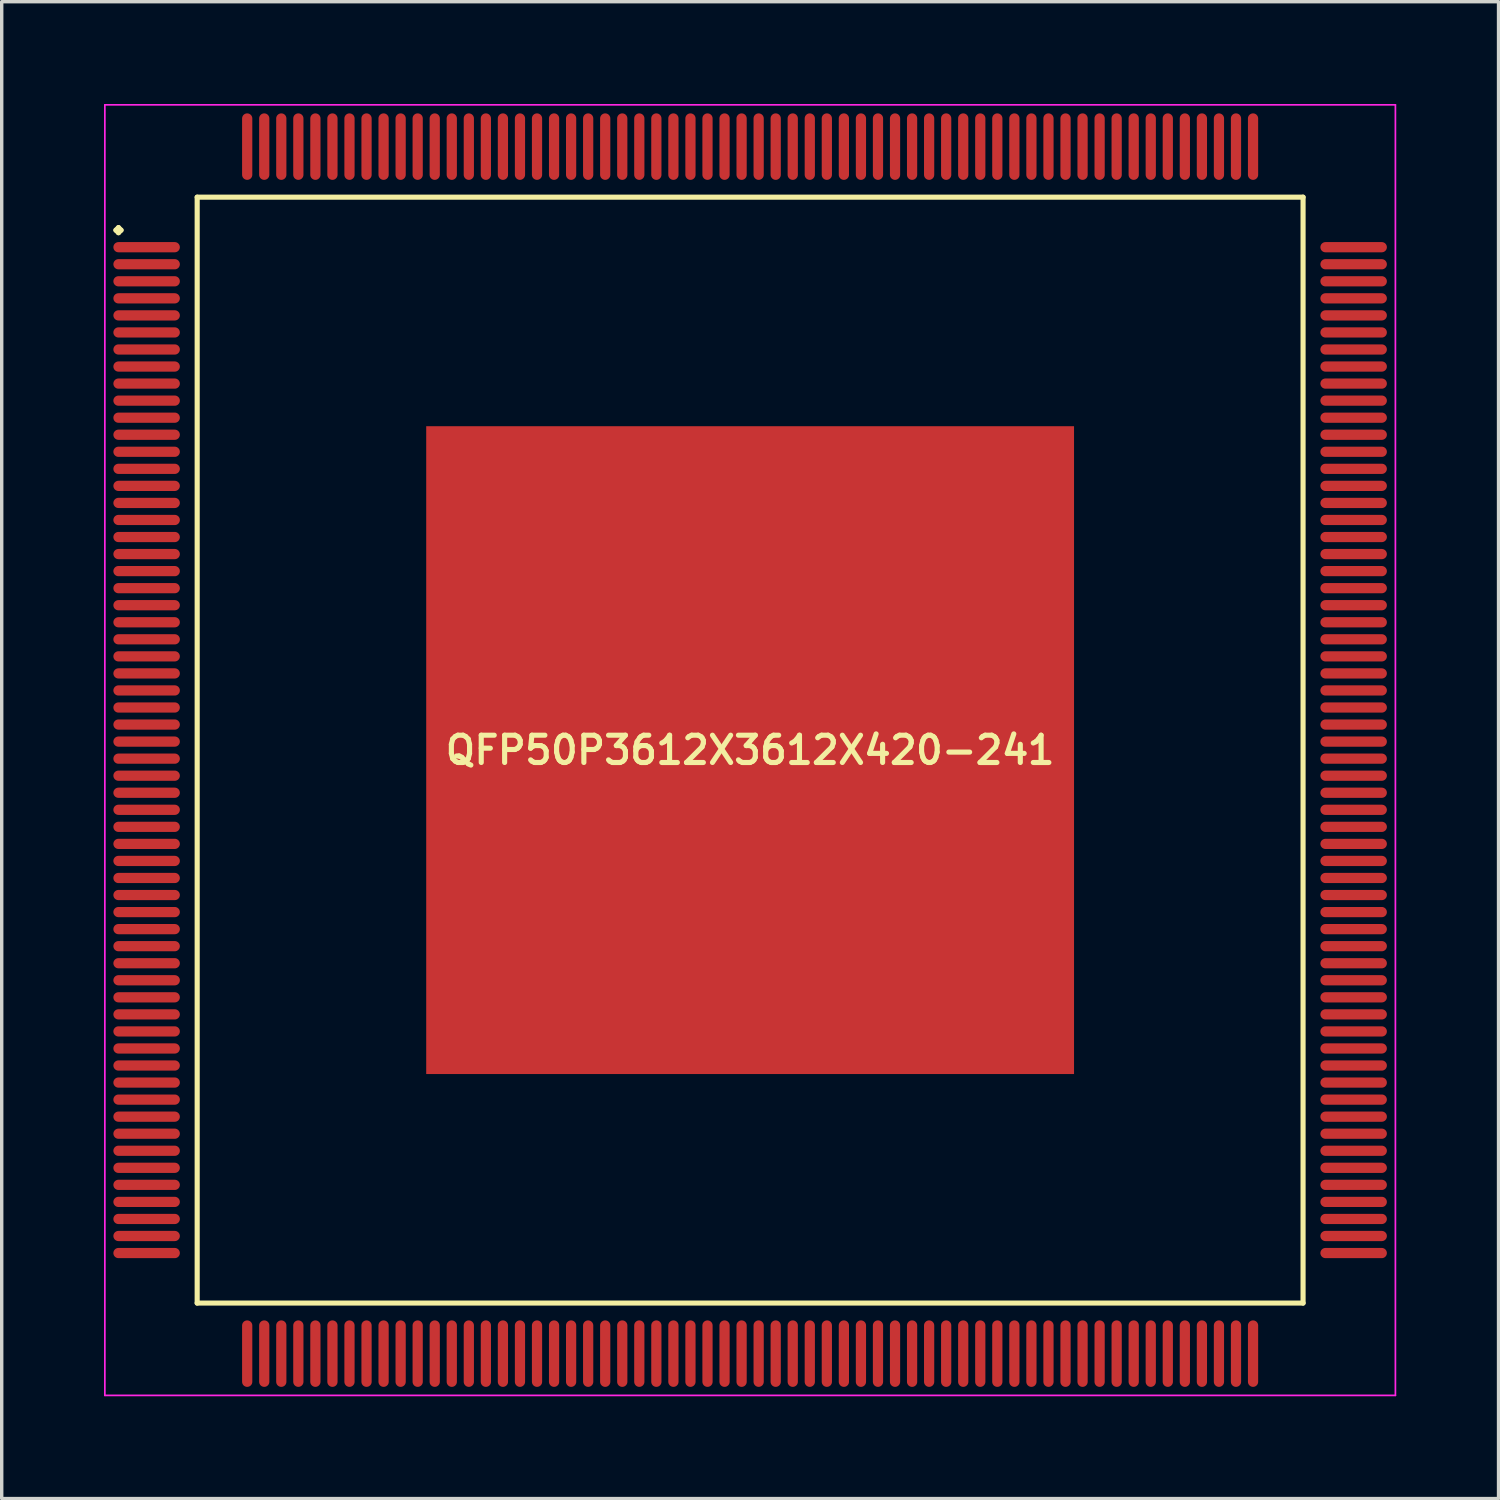
<source format=kicad_pcb>
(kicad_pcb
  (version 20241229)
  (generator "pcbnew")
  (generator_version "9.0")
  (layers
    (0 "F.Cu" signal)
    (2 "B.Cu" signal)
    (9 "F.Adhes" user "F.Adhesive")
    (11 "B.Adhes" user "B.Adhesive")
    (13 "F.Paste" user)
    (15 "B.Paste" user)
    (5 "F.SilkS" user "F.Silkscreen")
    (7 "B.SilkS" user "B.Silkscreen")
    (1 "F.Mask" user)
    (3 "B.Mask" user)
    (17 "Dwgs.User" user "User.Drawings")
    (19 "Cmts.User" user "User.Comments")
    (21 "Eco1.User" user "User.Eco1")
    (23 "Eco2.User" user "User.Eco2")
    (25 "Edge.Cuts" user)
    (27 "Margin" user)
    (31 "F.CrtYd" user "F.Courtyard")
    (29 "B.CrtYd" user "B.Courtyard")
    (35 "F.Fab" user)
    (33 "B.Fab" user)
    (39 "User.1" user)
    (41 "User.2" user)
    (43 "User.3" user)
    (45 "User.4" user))
  (footprint "QFP50P3612X3612X420-241"
    (layer "F.Cu")
    (at 18.95 18.95)
    (property "Reference" "QFP50P3612X3612X420-241" (at 0 0 0) (layer "F.SilkS") (effects (font (size 0.8 0.8) (thickness 0.15))))
    (attr smd)
    (fp_line (start -18.6 -15.25) (end -18.525 -15.325) (stroke (width 0.15) (type solid)) (layer "F.SilkS"))
    (fp_line (start -18.525 -15.325) (end -18.45 -15.25) (stroke (width 0.15) (type solid)) (layer "F.SilkS"))
    (fp_line (start -18.525 -15.175) (end -18.6 -15.25) (stroke (width 0.15) (type solid)) (layer "F.SilkS"))
    (fp_line (start -18.45 -15.25) (end -18.525 -15.175) (stroke (width 0.15) (type solid)) (layer "F.SilkS"))
    (fp_line (start -16.217 -16.217) (end -16.217 16.217) (stroke (width 0.15) (type solid)) (layer "F.SilkS"))
    (fp_line (start -16.217 16.217) (end 16.217 16.217) (stroke (width 0.15) (type solid)) (layer "F.SilkS"))
    (fp_line (start 16.217 -16.217) (end -16.217 -16.217) (stroke (width 0.15) (type solid)) (layer "F.SilkS"))
    (fp_line (start 16.217 16.217) (end 16.217 -16.217) (stroke (width 0.15) (type solid)) (layer "F.SilkS"))
    (fp_line (start -18.925 -18.925) (end 18.925 -18.925) (stroke (width 0.05) (type solid)) (layer "F.CrtYd"))
    (fp_line (start -18.925 18.925) (end -18.925 -18.925) (stroke (width 0.05) (type solid)) (layer "F.CrtYd"))
    (fp_line (start 18.925 -18.925) (end 18.925 18.925) (stroke (width 0.05) (type solid)) (layer "F.CrtYd"))
    (fp_line (start 18.925 18.925) (end -18.925 18.925) (stroke (width 0.05) (type solid)) (layer "F.CrtYd"))
    (pad "1" smd oval (at -17.7 -14.75) (size 1.95 0.3) (layers "F.Cu" "F.Mask" "F.Paste"))
    (pad "2" smd oval (at -17.7 -14.25) (size 1.95 0.3) (layers "F.Cu" "F.Mask" "F.Paste"))
    (pad "3" smd oval (at -17.7 -13.75) (size 1.95 0.3) (layers "F.Cu" "F.Mask" "F.Paste"))
    (pad "4" smd oval (at -17.7 -13.25) (size 1.95 0.3) (layers "F.Cu" "F.Mask" "F.Paste"))
    (pad "5" smd oval (at -17.7 -12.75) (size 1.95 0.3) (layers "F.Cu" "F.Mask" "F.Paste"))
    (pad "6" smd oval (at -17.7 -12.25) (size 1.95 0.3) (layers "F.Cu" "F.Mask" "F.Paste"))
    (pad "7" smd oval (at -17.7 -11.75) (size 1.95 0.3) (layers "F.Cu" "F.Mask" "F.Paste"))
    (pad "8" smd oval (at -17.7 -11.25) (size 1.95 0.3) (layers "F.Cu" "F.Mask" "F.Paste"))
    (pad "9" smd oval (at -17.7 -10.75) (size 1.95 0.3) (layers "F.Cu" "F.Mask" "F.Paste"))
    (pad "10" smd oval (at -17.7 -10.25) (size 1.95 0.3) (layers "F.Cu" "F.Mask" "F.Paste"))
    (pad "11" smd oval (at -17.7 -9.75) (size 1.95 0.3) (layers "F.Cu" "F.Mask" "F.Paste"))
    (pad "12" smd oval (at -17.7 -9.25) (size 1.95 0.3) (layers "F.Cu" "F.Mask" "F.Paste"))
    (pad "13" smd oval (at -17.7 -8.75) (size 1.95 0.3) (layers "F.Cu" "F.Mask" "F.Paste"))
    (pad "14" smd oval (at -17.7 -8.25) (size 1.95 0.3) (layers "F.Cu" "F.Mask" "F.Paste"))
    (pad "15" smd oval (at -17.7 -7.75) (size 1.95 0.3) (layers "F.Cu" "F.Mask" "F.Paste"))
    (pad "16" smd oval (at -17.7 -7.25) (size 1.95 0.3) (layers "F.Cu" "F.Mask" "F.Paste"))
    (pad "17" smd oval (at -17.7 -6.75) (size 1.95 0.3) (layers "F.Cu" "F.Mask" "F.Paste"))
    (pad "18" smd oval (at -17.7 -6.25) (size 1.95 0.3) (layers "F.Cu" "F.Mask" "F.Paste"))
    (pad "19" smd oval (at -17.7 -5.75) (size 1.95 0.3) (layers "F.Cu" "F.Mask" "F.Paste"))
    (pad "20" smd oval (at -17.7 -5.25) (size 1.95 0.3) (layers "F.Cu" "F.Mask" "F.Paste"))
    (pad "21" smd oval (at -17.7 -4.75) (size 1.95 0.3) (layers "F.Cu" "F.Mask" "F.Paste"))
    (pad "22" smd oval (at -17.7 -4.25) (size 1.95 0.3) (layers "F.Cu" "F.Mask" "F.Paste"))
    (pad "23" smd oval (at -17.7 -3.75) (size 1.95 0.3) (layers "F.Cu" "F.Mask" "F.Paste"))
    (pad "24" smd oval (at -17.7 -3.25) (size 1.95 0.3) (layers "F.Cu" "F.Mask" "F.Paste"))
    (pad "25" smd oval (at -17.7 -2.75) (size 1.95 0.3) (layers "F.Cu" "F.Mask" "F.Paste"))
    (pad "26" smd oval (at -17.7 -2.25) (size 1.95 0.3) (layers "F.Cu" "F.Mask" "F.Paste"))
    (pad "27" smd oval (at -17.7 -1.75) (size 1.95 0.3) (layers "F.Cu" "F.Mask" "F.Paste"))
    (pad "28" smd oval (at -17.7 -1.25) (size 1.95 0.3) (layers "F.Cu" "F.Mask" "F.Paste"))
    (pad "29" smd oval (at -17.7 -0.75) (size 1.95 0.3) (layers "F.Cu" "F.Mask" "F.Paste"))
    (pad "30" smd oval (at -17.7 -0.25) (size 1.95 0.3) (layers "F.Cu" "F.Mask" "F.Paste"))
    (pad "31" smd oval (at -17.7 0.25) (size 1.95 0.3) (layers "F.Cu" "F.Mask" "F.Paste"))
    (pad "32" smd oval (at -17.7 0.75) (size 1.95 0.3) (layers "F.Cu" "F.Mask" "F.Paste"))
    (pad "33" smd oval (at -17.7 1.25) (size 1.95 0.3) (layers "F.Cu" "F.Mask" "F.Paste"))
    (pad "34" smd oval (at -17.7 1.75) (size 1.95 0.3) (layers "F.Cu" "F.Mask" "F.Paste"))
    (pad "35" smd oval (at -17.7 2.25) (size 1.95 0.3) (layers "F.Cu" "F.Mask" "F.Paste"))
    (pad "36" smd oval (at -17.7 2.75) (size 1.95 0.3) (layers "F.Cu" "F.Mask" "F.Paste"))
    (pad "37" smd oval (at -17.7 3.25) (size 1.95 0.3) (layers "F.Cu" "F.Mask" "F.Paste"))
    (pad "38" smd oval (at -17.7 3.75) (size 1.95 0.3) (layers "F.Cu" "F.Mask" "F.Paste"))
    (pad "39" smd oval (at -17.7 4.25) (size 1.95 0.3) (layers "F.Cu" "F.Mask" "F.Paste"))
    (pad "40" smd oval (at -17.7 4.75) (size 1.95 0.3) (layers "F.Cu" "F.Mask" "F.Paste"))
    (pad "41" smd oval (at -17.7 5.25) (size 1.95 0.3) (layers "F.Cu" "F.Mask" "F.Paste"))
    (pad "42" smd oval (at -17.7 5.75) (size 1.95 0.3) (layers "F.Cu" "F.Mask" "F.Paste"))
    (pad "43" smd oval (at -17.7 6.25) (size 1.95 0.3) (layers "F.Cu" "F.Mask" "F.Paste"))
    (pad "44" smd oval (at -17.7 6.75) (size 1.95 0.3) (layers "F.Cu" "F.Mask" "F.Paste"))
    (pad "45" smd oval (at -17.7 7.25) (size 1.95 0.3) (layers "F.Cu" "F.Mask" "F.Paste"))
    (pad "46" smd oval (at -17.7 7.75) (size 1.95 0.3) (layers "F.Cu" "F.Mask" "F.Paste"))
    (pad "47" smd oval (at -17.7 8.25) (size 1.95 0.3) (layers "F.Cu" "F.Mask" "F.Paste"))
    (pad "48" smd oval (at -17.7 8.75) (size 1.95 0.3) (layers "F.Cu" "F.Mask" "F.Paste"))
    (pad "49" smd oval (at -17.7 9.25) (size 1.95 0.3) (layers "F.Cu" "F.Mask" "F.Paste"))
    (pad "50" smd oval (at -17.7 9.75) (size 1.95 0.3) (layers "F.Cu" "F.Mask" "F.Paste"))
    (pad "51" smd oval (at -17.7 10.25) (size 1.95 0.3) (layers "F.Cu" "F.Mask" "F.Paste"))
    (pad "52" smd oval (at -17.7 10.75) (size 1.95 0.3) (layers "F.Cu" "F.Mask" "F.Paste"))
    (pad "53" smd oval (at -17.7 11.25) (size 1.95 0.3) (layers "F.Cu" "F.Mask" "F.Paste"))
    (pad "54" smd oval (at -17.7 11.75) (size 1.95 0.3) (layers "F.Cu" "F.Mask" "F.Paste"))
    (pad "55" smd oval (at -17.7 12.25) (size 1.95 0.3) (layers "F.Cu" "F.Mask" "F.Paste"))
    (pad "56" smd oval (at -17.7 12.75) (size 1.95 0.3) (layers "F.Cu" "F.Mask" "F.Paste"))
    (pad "57" smd oval (at -17.7 13.25) (size 1.95 0.3) (layers "F.Cu" "F.Mask" "F.Paste"))
    (pad "58" smd oval (at -17.7 13.75) (size 1.95 0.3) (layers "F.Cu" "F.Mask" "F.Paste"))
    (pad "59" smd oval (at -17.7 14.25) (size 1.95 0.3) (layers "F.Cu" "F.Mask" "F.Paste"))
    (pad "60" smd oval (at -17.7 14.75) (size 1.95 0.3) (layers "F.Cu" "F.Mask" "F.Paste"))
    (pad "61" smd oval (at -14.75 17.7) (size 0.3 1.95) (layers "F.Cu" "F.Mask" "F.Paste"))
    (pad "62" smd oval (at -14.25 17.7) (size 0.3 1.95) (layers "F.Cu" "F.Mask" "F.Paste"))
    (pad "63" smd oval (at -13.75 17.7) (size 0.3 1.95) (layers "F.Cu" "F.Mask" "F.Paste"))
    (pad "64" smd oval (at -13.25 17.7) (size 0.3 1.95) (layers "F.Cu" "F.Mask" "F.Paste"))
    (pad "65" smd oval (at -12.75 17.7) (size 0.3 1.95) (layers "F.Cu" "F.Mask" "F.Paste"))
    (pad "66" smd oval (at -12.25 17.7) (size 0.3 1.95) (layers "F.Cu" "F.Mask" "F.Paste"))
    (pad "67" smd oval (at -11.75 17.7) (size 0.3 1.95) (layers "F.Cu" "F.Mask" "F.Paste"))
    (pad "68" smd oval (at -11.25 17.7) (size 0.3 1.95) (layers "F.Cu" "F.Mask" "F.Paste"))
    (pad "69" smd oval (at -10.75 17.7) (size 0.3 1.95) (layers "F.Cu" "F.Mask" "F.Paste"))
    (pad "70" smd oval (at -10.25 17.7) (size 0.3 1.95) (layers "F.Cu" "F.Mask" "F.Paste"))
    (pad "71" smd oval (at -9.75 17.7) (size 0.3 1.95) (layers "F.Cu" "F.Mask" "F.Paste"))
    (pad "72" smd oval (at -9.25 17.7) (size 0.3 1.95) (layers "F.Cu" "F.Mask" "F.Paste"))
    (pad "73" smd oval (at -8.75 17.7) (size 0.3 1.95) (layers "F.Cu" "F.Mask" "F.Paste"))
    (pad "74" smd oval (at -8.25 17.7) (size 0.3 1.95) (layers "F.Cu" "F.Mask" "F.Paste"))
    (pad "75" smd oval (at -7.75 17.7) (size 0.3 1.95) (layers "F.Cu" "F.Mask" "F.Paste"))
    (pad "76" smd oval (at -7.25 17.7) (size 0.3 1.95) (layers "F.Cu" "F.Mask" "F.Paste"))
    (pad "77" smd oval (at -6.75 17.7) (size 0.3 1.95) (layers "F.Cu" "F.Mask" "F.Paste"))
    (pad "78" smd oval (at -6.25 17.7) (size 0.3 1.95) (layers "F.Cu" "F.Mask" "F.Paste"))
    (pad "79" smd oval (at -5.75 17.7) (size 0.3 1.95) (layers "F.Cu" "F.Mask" "F.Paste"))
    (pad "80" smd oval (at -5.25 17.7) (size 0.3 1.95) (layers "F.Cu" "F.Mask" "F.Paste"))
    (pad "81" smd oval (at -4.75 17.7) (size 0.3 1.95) (layers "F.Cu" "F.Mask" "F.Paste"))
    (pad "82" smd oval (at -4.25 17.7) (size 0.3 1.95) (layers "F.Cu" "F.Mask" "F.Paste"))
    (pad "83" smd oval (at -3.75 17.7) (size 0.3 1.95) (layers "F.Cu" "F.Mask" "F.Paste"))
    (pad "84" smd oval (at -3.25 17.7) (size 0.3 1.95) (layers "F.Cu" "F.Mask" "F.Paste"))
    (pad "85" smd oval (at -2.75 17.7) (size 0.3 1.95) (layers "F.Cu" "F.Mask" "F.Paste"))
    (pad "86" smd oval (at -2.25 17.7) (size 0.3 1.95) (layers "F.Cu" "F.Mask" "F.Paste"))
    (pad "87" smd oval (at -1.75 17.7) (size 0.3 1.95) (layers "F.Cu" "F.Mask" "F.Paste"))
    (pad "88" smd oval (at -1.25 17.7) (size 0.3 1.95) (layers "F.Cu" "F.Mask" "F.Paste"))
    (pad "89" smd oval (at -0.75 17.7) (size 0.3 1.95) (layers "F.Cu" "F.Mask" "F.Paste"))
    (pad "90" smd oval (at -0.25 17.7) (size 0.3 1.95) (layers "F.Cu" "F.Mask" "F.Paste"))
    (pad "91" smd oval (at 0.25 17.7) (size 0.3 1.95) (layers "F.Cu" "F.Mask" "F.Paste"))
    (pad "92" smd oval (at 0.75 17.7) (size 0.3 1.95) (layers "F.Cu" "F.Mask" "F.Paste"))
    (pad "93" smd oval (at 1.25 17.7) (size 0.3 1.95) (layers "F.Cu" "F.Mask" "F.Paste"))
    (pad "94" smd oval (at 1.75 17.7) (size 0.3 1.95) (layers "F.Cu" "F.Mask" "F.Paste"))
    (pad "95" smd oval (at 2.25 17.7) (size 0.3 1.95) (layers "F.Cu" "F.Mask" "F.Paste"))
    (pad "96" smd oval (at 2.75 17.7) (size 0.3 1.95) (layers "F.Cu" "F.Mask" "F.Paste"))
    (pad "97" smd oval (at 3.25 17.7) (size 0.3 1.95) (layers "F.Cu" "F.Mask" "F.Paste"))
    (pad "98" smd oval (at 3.75 17.7) (size 0.3 1.95) (layers "F.Cu" "F.Mask" "F.Paste"))
    (pad "99" smd oval (at 4.25 17.7) (size 0.3 1.95) (layers "F.Cu" "F.Mask" "F.Paste"))
    (pad "100" smd oval (at 4.75 17.7) (size 0.3 1.95) (layers "F.Cu" "F.Mask" "F.Paste"))
    (pad "101" smd oval (at 5.25 17.7) (size 0.3 1.95) (layers "F.Cu" "F.Mask" "F.Paste"))
    (pad "102" smd oval (at 5.75 17.7) (size 0.3 1.95) (layers "F.Cu" "F.Mask" "F.Paste"))
    (pad "103" smd oval (at 6.25 17.7) (size 0.3 1.95) (layers "F.Cu" "F.Mask" "F.Paste"))
    (pad "104" smd oval (at 6.75 17.7) (size 0.3 1.95) (layers "F.Cu" "F.Mask" "F.Paste"))
    (pad "105" smd oval (at 7.25 17.7) (size 0.3 1.95) (layers "F.Cu" "F.Mask" "F.Paste"))
    (pad "106" smd oval (at 7.75 17.7) (size 0.3 1.95) (layers "F.Cu" "F.Mask" "F.Paste"))
    (pad "107" smd oval (at 8.25 17.7) (size 0.3 1.95) (layers "F.Cu" "F.Mask" "F.Paste"))
    (pad "108" smd oval (at 8.75 17.7) (size 0.3 1.95) (layers "F.Cu" "F.Mask" "F.Paste"))
    (pad "109" smd oval (at 9.25 17.7) (size 0.3 1.95) (layers "F.Cu" "F.Mask" "F.Paste"))
    (pad "110" smd oval (at 9.75 17.7) (size 0.3 1.95) (layers "F.Cu" "F.Mask" "F.Paste"))
    (pad "111" smd oval (at 10.25 17.7) (size 0.3 1.95) (layers "F.Cu" "F.Mask" "F.Paste"))
    (pad "112" smd oval (at 10.75 17.7) (size 0.3 1.95) (layers "F.Cu" "F.Mask" "F.Paste"))
    (pad "113" smd oval (at 11.25 17.7) (size 0.3 1.95) (layers "F.Cu" "F.Mask" "F.Paste"))
    (pad "114" smd oval (at 11.75 17.7) (size 0.3 1.95) (layers "F.Cu" "F.Mask" "F.Paste"))
    (pad "115" smd oval (at 12.25 17.7) (size 0.3 1.95) (layers "F.Cu" "F.Mask" "F.Paste"))
    (pad "116" smd oval (at 12.75 17.7) (size 0.3 1.95) (layers "F.Cu" "F.Mask" "F.Paste"))
    (pad "117" smd oval (at 13.25 17.7) (size 0.3 1.95) (layers "F.Cu" "F.Mask" "F.Paste"))
    (pad "118" smd oval (at 13.75 17.7) (size 0.3 1.95) (layers "F.Cu" "F.Mask" "F.Paste"))
    (pad "119" smd oval (at 14.25 17.7) (size 0.3 1.95) (layers "F.Cu" "F.Mask" "F.Paste"))
    (pad "120" smd oval (at 14.75 17.7) (size 0.3 1.95) (layers "F.Cu" "F.Mask" "F.Paste"))
    (pad "121" smd oval (at 17.7 14.75) (size 1.95 0.3) (layers "F.Cu" "F.Mask" "F.Paste"))
    (pad "122" smd oval (at 17.7 14.25) (size 1.95 0.3) (layers "F.Cu" "F.Mask" "F.Paste"))
    (pad "123" smd oval (at 17.7 13.75) (size 1.95 0.3) (layers "F.Cu" "F.Mask" "F.Paste"))
    (pad "124" smd oval (at 17.7 13.25) (size 1.95 0.3) (layers "F.Cu" "F.Mask" "F.Paste"))
    (pad "125" smd oval (at 17.7 12.75) (size 1.95 0.3) (layers "F.Cu" "F.Mask" "F.Paste"))
    (pad "126" smd oval (at 17.7 12.25) (size 1.95 0.3) (layers "F.Cu" "F.Mask" "F.Paste"))
    (pad "127" smd oval (at 17.7 11.75) (size 1.95 0.3) (layers "F.Cu" "F.Mask" "F.Paste"))
    (pad "128" smd oval (at 17.7 11.25) (size 1.95 0.3) (layers "F.Cu" "F.Mask" "F.Paste"))
    (pad "129" smd oval (at 17.7 10.75) (size 1.95 0.3) (layers "F.Cu" "F.Mask" "F.Paste"))
    (pad "130" smd oval (at 17.7 10.25) (size 1.95 0.3) (layers "F.Cu" "F.Mask" "F.Paste"))
    (pad "131" smd oval (at 17.7 9.75) (size 1.95 0.3) (layers "F.Cu" "F.Mask" "F.Paste"))
    (pad "132" smd oval (at 17.7 9.25) (size 1.95 0.3) (layers "F.Cu" "F.Mask" "F.Paste"))
    (pad "133" smd oval (at 17.7 8.75) (size 1.95 0.3) (layers "F.Cu" "F.Mask" "F.Paste"))
    (pad "134" smd oval (at 17.7 8.25) (size 1.95 0.3) (layers "F.Cu" "F.Mask" "F.Paste"))
    (pad "135" smd oval (at 17.7 7.75) (size 1.95 0.3) (layers "F.Cu" "F.Mask" "F.Paste"))
    (pad "136" smd oval (at 17.7 7.25) (size 1.95 0.3) (layers "F.Cu" "F.Mask" "F.Paste"))
    (pad "137" smd oval (at 17.7 6.75) (size 1.95 0.3) (layers "F.Cu" "F.Mask" "F.Paste"))
    (pad "138" smd oval (at 17.7 6.25) (size 1.95 0.3) (layers "F.Cu" "F.Mask" "F.Paste"))
    (pad "139" smd oval (at 17.7 5.75) (size 1.95 0.3) (layers "F.Cu" "F.Mask" "F.Paste"))
    (pad "140" smd oval (at 17.7 5.25) (size 1.95 0.3) (layers "F.Cu" "F.Mask" "F.Paste"))
    (pad "141" smd oval (at 17.7 4.75) (size 1.95 0.3) (layers "F.Cu" "F.Mask" "F.Paste"))
    (pad "142" smd oval (at 17.7 4.25) (size 1.95 0.3) (layers "F.Cu" "F.Mask" "F.Paste"))
    (pad "143" smd oval (at 17.7 3.75) (size 1.95 0.3) (layers "F.Cu" "F.Mask" "F.Paste"))
    (pad "144" smd oval (at 17.7 3.25) (size 1.95 0.3) (layers "F.Cu" "F.Mask" "F.Paste"))
    (pad "145" smd oval (at 17.7 2.75) (size 1.95 0.3) (layers "F.Cu" "F.Mask" "F.Paste"))
    (pad "146" smd oval (at 17.7 2.25) (size 1.95 0.3) (layers "F.Cu" "F.Mask" "F.Paste"))
    (pad "147" smd oval (at 17.7 1.75) (size 1.95 0.3) (layers "F.Cu" "F.Mask" "F.Paste"))
    (pad "148" smd oval (at 17.7 1.25) (size 1.95 0.3) (layers "F.Cu" "F.Mask" "F.Paste"))
    (pad "149" smd oval (at 17.7 0.75) (size 1.95 0.3) (layers "F.Cu" "F.Mask" "F.Paste"))
    (pad "150" smd oval (at 17.7 0.25) (size 1.95 0.3) (layers "F.Cu" "F.Mask" "F.Paste"))
    (pad "151" smd oval (at 17.7 -0.25) (size 1.95 0.3) (layers "F.Cu" "F.Mask" "F.Paste"))
    (pad "152" smd oval (at 17.7 -0.75) (size 1.95 0.3) (layers "F.Cu" "F.Mask" "F.Paste"))
    (pad "153" smd oval (at 17.7 -1.25) (size 1.95 0.3) (layers "F.Cu" "F.Mask" "F.Paste"))
    (pad "154" smd oval (at 17.7 -1.75) (size 1.95 0.3) (layers "F.Cu" "F.Mask" "F.Paste"))
    (pad "155" smd oval (at 17.7 -2.25) (size 1.95 0.3) (layers "F.Cu" "F.Mask" "F.Paste"))
    (pad "156" smd oval (at 17.7 -2.75) (size 1.95 0.3) (layers "F.Cu" "F.Mask" "F.Paste"))
    (pad "157" smd oval (at 17.7 -3.25) (size 1.95 0.3) (layers "F.Cu" "F.Mask" "F.Paste"))
    (pad "158" smd oval (at 17.7 -3.75) (size 1.95 0.3) (layers "F.Cu" "F.Mask" "F.Paste"))
    (pad "159" smd oval (at 17.7 -4.25) (size 1.95 0.3) (layers "F.Cu" "F.Mask" "F.Paste"))
    (pad "160" smd oval (at 17.7 -4.75) (size 1.95 0.3) (layers "F.Cu" "F.Mask" "F.Paste"))
    (pad "161" smd oval (at 17.7 -5.25) (size 1.95 0.3) (layers "F.Cu" "F.Mask" "F.Paste"))
    (pad "162" smd oval (at 17.7 -5.75) (size 1.95 0.3) (layers "F.Cu" "F.Mask" "F.Paste"))
    (pad "163" smd oval (at 17.7 -6.25) (size 1.95 0.3) (layers "F.Cu" "F.Mask" "F.Paste"))
    (pad "164" smd oval (at 17.7 -6.75) (size 1.95 0.3) (layers "F.Cu" "F.Mask" "F.Paste"))
    (pad "165" smd oval (at 17.7 -7.25) (size 1.95 0.3) (layers "F.Cu" "F.Mask" "F.Paste"))
    (pad "166" smd oval (at 17.7 -7.75) (size 1.95 0.3) (layers "F.Cu" "F.Mask" "F.Paste"))
    (pad "167" smd oval (at 17.7 -8.25) (size 1.95 0.3) (layers "F.Cu" "F.Mask" "F.Paste"))
    (pad "168" smd oval (at 17.7 -8.75) (size 1.95 0.3) (layers "F.Cu" "F.Mask" "F.Paste"))
    (pad "169" smd oval (at 17.7 -9.25) (size 1.95 0.3) (layers "F.Cu" "F.Mask" "F.Paste"))
    (pad "170" smd oval (at 17.7 -9.75) (size 1.95 0.3) (layers "F.Cu" "F.Mask" "F.Paste"))
    (pad "171" smd oval (at 17.7 -10.25) (size 1.95 0.3) (layers "F.Cu" "F.Mask" "F.Paste"))
    (pad "172" smd oval (at 17.7 -10.75) (size 1.95 0.3) (layers "F.Cu" "F.Mask" "F.Paste"))
    (pad "173" smd oval (at 17.7 -11.25) (size 1.95 0.3) (layers "F.Cu" "F.Mask" "F.Paste"))
    (pad "174" smd oval (at 17.7 -11.75) (size 1.95 0.3) (layers "F.Cu" "F.Mask" "F.Paste"))
    (pad "175" smd oval (at 17.7 -12.25) (size 1.95 0.3) (layers "F.Cu" "F.Mask" "F.Paste"))
    (pad "176" smd oval (at 17.7 -12.75) (size 1.95 0.3) (layers "F.Cu" "F.Mask" "F.Paste"))
    (pad "177" smd oval (at 17.7 -13.25) (size 1.95 0.3) (layers "F.Cu" "F.Mask" "F.Paste"))
    (pad "178" smd oval (at 17.7 -13.75) (size 1.95 0.3) (layers "F.Cu" "F.Mask" "F.Paste"))
    (pad "179" smd oval (at 17.7 -14.25) (size 1.95 0.3) (layers "F.Cu" "F.Mask" "F.Paste"))
    (pad "180" smd oval (at 17.7 -14.75) (size 1.95 0.3) (layers "F.Cu" "F.Mask" "F.Paste"))
    (pad "181" smd oval (at 14.75 -17.7) (size 0.3 1.95) (layers "F.Cu" "F.Mask" "F.Paste"))
    (pad "182" smd oval (at 14.25 -17.7) (size 0.3 1.95) (layers "F.Cu" "F.Mask" "F.Paste"))
    (pad "183" smd oval (at 13.75 -17.7) (size 0.3 1.95) (layers "F.Cu" "F.Mask" "F.Paste"))
    (pad "184" smd oval (at 13.25 -17.7) (size 0.3 1.95) (layers "F.Cu" "F.Mask" "F.Paste"))
    (pad "185" smd oval (at 12.75 -17.7) (size 0.3 1.95) (layers "F.Cu" "F.Mask" "F.Paste"))
    (pad "186" smd oval (at 12.25 -17.7) (size 0.3 1.95) (layers "F.Cu" "F.Mask" "F.Paste"))
    (pad "187" smd oval (at 11.75 -17.7) (size 0.3 1.95) (layers "F.Cu" "F.Mask" "F.Paste"))
    (pad "188" smd oval (at 11.25 -17.7) (size 0.3 1.95) (layers "F.Cu" "F.Mask" "F.Paste"))
    (pad "189" smd oval (at 10.75 -17.7) (size 0.3 1.95) (layers "F.Cu" "F.Mask" "F.Paste"))
    (pad "190" smd oval (at 10.25 -17.7) (size 0.3 1.95) (layers "F.Cu" "F.Mask" "F.Paste"))
    (pad "191" smd oval (at 9.75 -17.7) (size 0.3 1.95) (layers "F.Cu" "F.Mask" "F.Paste"))
    (pad "192" smd oval (at 9.25 -17.7) (size 0.3 1.95) (layers "F.Cu" "F.Mask" "F.Paste"))
    (pad "193" smd oval (at 8.75 -17.7) (size 0.3 1.95) (layers "F.Cu" "F.Mask" "F.Paste"))
    (pad "194" smd oval (at 8.25 -17.7) (size 0.3 1.95) (layers "F.Cu" "F.Mask" "F.Paste"))
    (pad "195" smd oval (at 7.75 -17.7) (size 0.3 1.95) (layers "F.Cu" "F.Mask" "F.Paste"))
    (pad "196" smd oval (at 7.25 -17.7) (size 0.3 1.95) (layers "F.Cu" "F.Mask" "F.Paste"))
    (pad "197" smd oval (at 6.75 -17.7) (size 0.3 1.95) (layers "F.Cu" "F.Mask" "F.Paste"))
    (pad "198" smd oval (at 6.25 -17.7) (size 0.3 1.95) (layers "F.Cu" "F.Mask" "F.Paste"))
    (pad "199" smd oval (at 5.75 -17.7) (size 0.3 1.95) (layers "F.Cu" "F.Mask" "F.Paste"))
    (pad "200" smd oval (at 5.25 -17.7) (size 0.3 1.95) (layers "F.Cu" "F.Mask" "F.Paste"))
    (pad "201" smd oval (at 4.75 -17.7) (size 0.3 1.95) (layers "F.Cu" "F.Mask" "F.Paste"))
    (pad "202" smd oval (at 4.25 -17.7) (size 0.3 1.95) (layers "F.Cu" "F.Mask" "F.Paste"))
    (pad "203" smd oval (at 3.75 -17.7) (size 0.3 1.95) (layers "F.Cu" "F.Mask" "F.Paste"))
    (pad "204" smd oval (at 3.25 -17.7) (size 0.3 1.95) (layers "F.Cu" "F.Mask" "F.Paste"))
    (pad "205" smd oval (at 2.75 -17.7) (size 0.3 1.95) (layers "F.Cu" "F.Mask" "F.Paste"))
    (pad "206" smd oval (at 2.25 -17.7) (size 0.3 1.95) (layers "F.Cu" "F.Mask" "F.Paste"))
    (pad "207" smd oval (at 1.75 -17.7) (size 0.3 1.95) (layers "F.Cu" "F.Mask" "F.Paste"))
    (pad "208" smd oval (at 1.25 -17.7) (size 0.3 1.95) (layers "F.Cu" "F.Mask" "F.Paste"))
    (pad "209" smd oval (at 0.75 -17.7) (size 0.3 1.95) (layers "F.Cu" "F.Mask" "F.Paste"))
    (pad "210" smd oval (at 0.25 -17.7) (size 0.3 1.95) (layers "F.Cu" "F.Mask" "F.Paste"))
    (pad "211" smd oval (at -0.25 -17.7) (size 0.3 1.95) (layers "F.Cu" "F.Mask" "F.Paste"))
    (pad "212" smd oval (at -0.75 -17.7) (size 0.3 1.95) (layers "F.Cu" "F.Mask" "F.Paste"))
    (pad "213" smd oval (at -1.25 -17.7) (size 0.3 1.95) (layers "F.Cu" "F.Mask" "F.Paste"))
    (pad "214" smd oval (at -1.75 -17.7) (size 0.3 1.95) (layers "F.Cu" "F.Mask" "F.Paste"))
    (pad "215" smd oval (at -2.25 -17.7) (size 0.3 1.95) (layers "F.Cu" "F.Mask" "F.Paste"))
    (pad "216" smd oval (at -2.75 -17.7) (size 0.3 1.95) (layers "F.Cu" "F.Mask" "F.Paste"))
    (pad "217" smd oval (at -3.25 -17.7) (size 0.3 1.95) (layers "F.Cu" "F.Mask" "F.Paste"))
    (pad "218" smd oval (at -3.75 -17.7) (size 0.3 1.95) (layers "F.Cu" "F.Mask" "F.Paste"))
    (pad "219" smd oval (at -4.25 -17.7) (size 0.3 1.95) (layers "F.Cu" "F.Mask" "F.Paste"))
    (pad "220" smd oval (at -4.75 -17.7) (size 0.3 1.95) (layers "F.Cu" "F.Mask" "F.Paste"))
    (pad "221" smd oval (at -5.25 -17.7) (size 0.3 1.95) (layers "F.Cu" "F.Mask" "F.Paste"))
    (pad "222" smd oval (at -5.75 -17.7) (size 0.3 1.95) (layers "F.Cu" "F.Mask" "F.Paste"))
    (pad "223" smd oval (at -6.25 -17.7) (size 0.3 1.95) (layers "F.Cu" "F.Mask" "F.Paste"))
    (pad "224" smd oval (at -6.75 -17.7) (size 0.3 1.95) (layers "F.Cu" "F.Mask" "F.Paste"))
    (pad "225" smd oval (at -7.25 -17.7) (size 0.3 1.95) (layers "F.Cu" "F.Mask" "F.Paste"))
    (pad "226" smd oval (at -7.75 -17.7) (size 0.3 1.95) (layers "F.Cu" "F.Mask" "F.Paste"))
    (pad "227" smd oval (at -8.25 -17.7) (size 0.3 1.95) (layers "F.Cu" "F.Mask" "F.Paste"))
    (pad "228" smd oval (at -8.75 -17.7) (size 0.3 1.95) (layers "F.Cu" "F.Mask" "F.Paste"))
    (pad "229" smd oval (at -9.25 -17.7) (size 0.3 1.95) (layers "F.Cu" "F.Mask" "F.Paste"))
    (pad "230" smd oval (at -9.75 -17.7) (size 0.3 1.95) (layers "F.Cu" "F.Mask" "F.Paste"))
    (pad "231" smd oval (at -10.25 -17.7) (size 0.3 1.95) (layers "F.Cu" "F.Mask" "F.Paste"))
    (pad "232" smd oval (at -10.75 -17.7) (size 0.3 1.95) (layers "F.Cu" "F.Mask" "F.Paste"))
    (pad "233" smd oval (at -11.25 -17.7) (size 0.3 1.95) (layers "F.Cu" "F.Mask" "F.Paste"))
    (pad "234" smd oval (at -11.75 -17.7) (size 0.3 1.95) (layers "F.Cu" "F.Mask" "F.Paste"))
    (pad "235" smd oval (at -12.25 -17.7) (size 0.3 1.95) (layers "F.Cu" "F.Mask" "F.Paste"))
    (pad "236" smd oval (at -12.75 -17.7) (size 0.3 1.95) (layers "F.Cu" "F.Mask" "F.Paste"))
    (pad "237" smd oval (at -13.25 -17.7) (size 0.3 1.95) (layers "F.Cu" "F.Mask" "F.Paste"))
    (pad "238" smd oval (at -13.75 -17.7) (size 0.3 1.95) (layers "F.Cu" "F.Mask" "F.Paste"))
    (pad "239" smd oval (at -14.25 -17.7) (size 0.3 1.95) (layers "F.Cu" "F.Mask" "F.Paste"))
    (pad "240" smd oval (at -14.75 -17.7) (size 0.3 1.95) (layers "F.Cu" "F.Mask" "F.Paste"))
    (pad "241" smd rect (at 0 0) (size 19 19) (layers "F.Cu" "F.Mask" "F.Paste")))
  (gr_rect
    (start -3 -3)
    (end 40.9 40.9)
    (stroke (width 0.1) (type default))
    (fill no)
    (layer "Edge.Cuts")))
</source>
